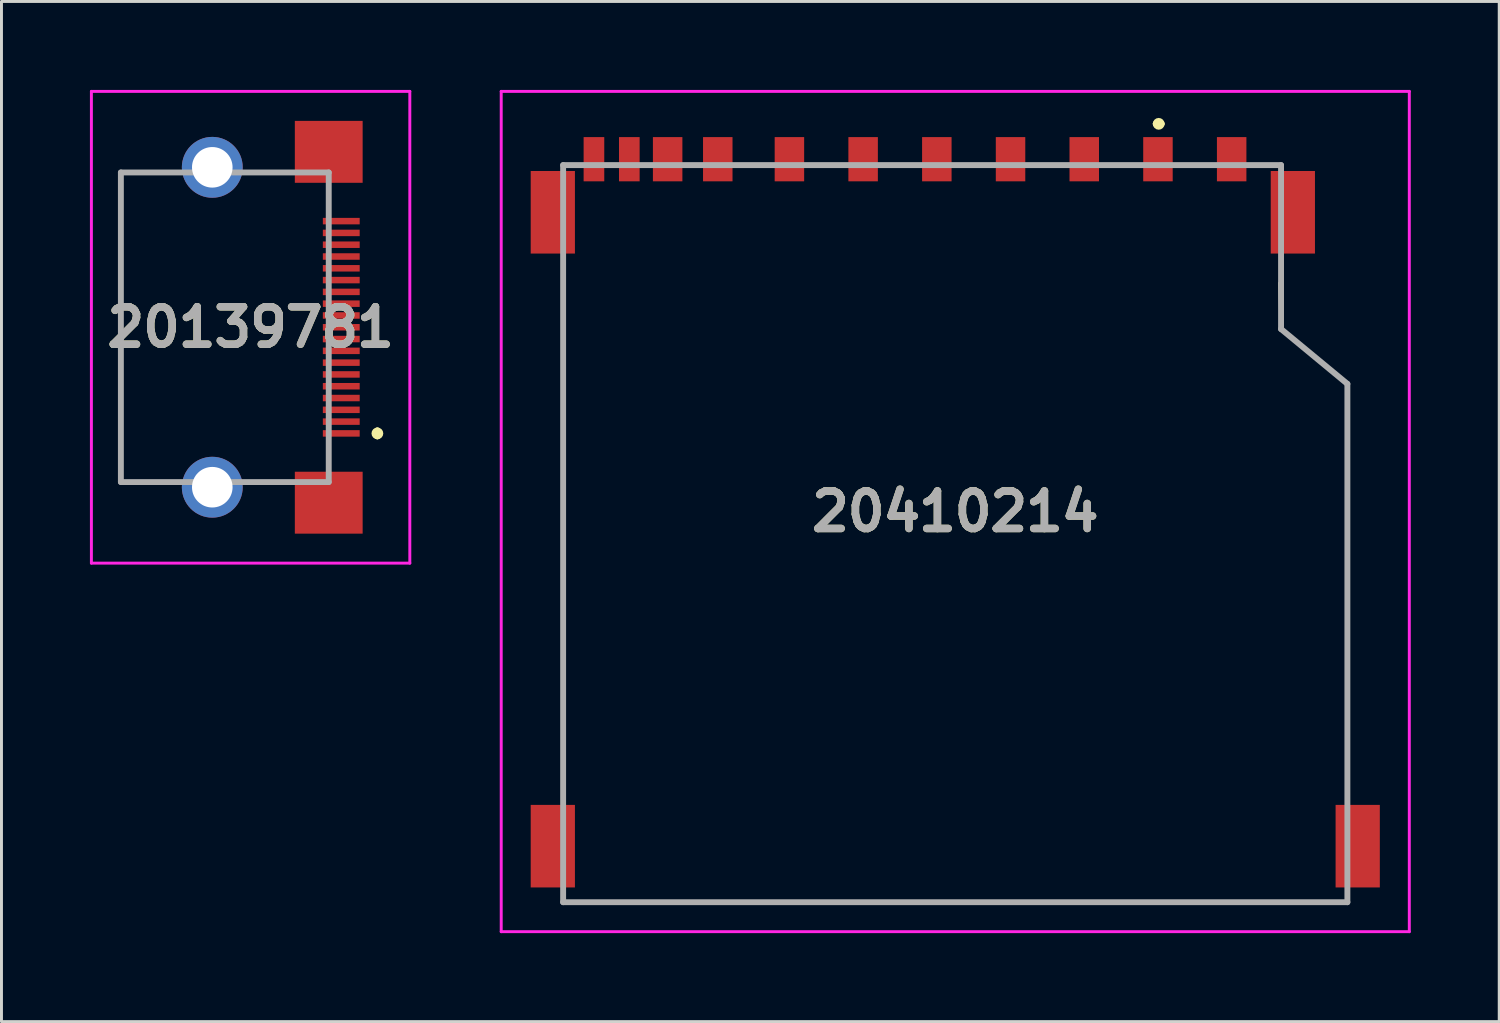
<source format=kicad_pcb>
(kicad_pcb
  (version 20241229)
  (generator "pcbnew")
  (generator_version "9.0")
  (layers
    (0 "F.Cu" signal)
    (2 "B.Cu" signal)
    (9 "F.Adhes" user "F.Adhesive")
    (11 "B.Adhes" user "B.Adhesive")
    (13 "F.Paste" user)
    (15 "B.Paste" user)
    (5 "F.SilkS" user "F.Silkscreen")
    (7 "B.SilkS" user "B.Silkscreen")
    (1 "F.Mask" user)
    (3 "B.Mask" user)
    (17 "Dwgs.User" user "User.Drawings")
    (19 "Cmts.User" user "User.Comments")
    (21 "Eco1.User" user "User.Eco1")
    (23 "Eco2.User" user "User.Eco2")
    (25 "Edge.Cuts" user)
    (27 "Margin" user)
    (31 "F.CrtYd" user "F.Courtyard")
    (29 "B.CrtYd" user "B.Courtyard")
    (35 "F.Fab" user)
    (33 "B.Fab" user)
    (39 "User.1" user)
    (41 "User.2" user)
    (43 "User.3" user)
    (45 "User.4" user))
  (footprint "20410214"
    (layer "F.Cu")
    (at 43 27.025)
    (property "Reference" "20410214" (at -13.65 -12.725 0) (layer "F.SilkS") (effects (font (size 1.27 1.27) (thickness 0.254))))
    (attr through_hole)
    (fp_line (start -26.95 -20.475) (end -26.95 -3.475) (stroke (width 0.1) (type solid)) (layer "F.SilkS"))
    (fp_line (start -26.95 0.525) (end -0.35 0.525) (stroke (width 0.1) (type solid)) (layer "F.SilkS"))
    (fp_line (start -6.85 -25.875) (end -6.85 -25.875) (stroke (width 0.2) (type solid)) (layer "F.SilkS"))
    (fp_line (start -6.65 -25.875) (end -6.65 -25.875) (stroke (width 0.2) (type solid)) (layer "F.SilkS"))
    (fp_line (start -2.6 -18.915) (end -2.65 -20.475) (stroke (width 0.1) (type solid)) (layer "F.SilkS"))
    (fp_line (start -0.35 -17.055) (end -2.6 -18.915) (stroke (width 0.1) (type solid)) (layer "F.SilkS"))
    (fp_line (start -0.35 -3.475) (end -0.35 -17.055) (stroke (width 0.1) (type solid)) (layer "F.SilkS"))
    (fp_arc (start -6.85 -25.875) (mid -6.75 -25.975) (end -6.65 -25.875) (stroke (width 0.2) (type solid)) (layer "F.SilkS"))
    (fp_arc (start -6.65 -25.875) (mid -6.75 -25.775) (end -6.85 -25.875) (stroke (width 0.2) (type solid)) (layer "F.SilkS"))
    (fp_line (start -29.05 -26.975) (end 1.75 -26.975) (stroke (width 0.1) (type solid)) (layer "F.CrtYd"))
    (fp_line (start -29.05 1.525) (end -29.05 -26.975) (stroke (width 0.1) (type solid)) (layer "F.CrtYd"))
    (fp_line (start 1.75 -26.975) (end 1.75 1.525) (stroke (width 0.1) (type solid)) (layer "F.CrtYd"))
    (fp_line (start 1.75 1.525) (end -29.05 1.525) (stroke (width 0.1) (type solid)) (layer "F.CrtYd"))
    (fp_line (start -26.95 -24.475) (end -2.6 -24.475) (stroke (width 0.2) (type solid)) (layer "F.Fab"))
    (fp_line (start -26.95 0.525) (end -26.95 -24.475) (stroke (width 0.2) (type solid)) (layer "F.Fab"))
    (fp_line (start -2.6 -24.475) (end -2.6 -18.915) (stroke (width 0.2) (type solid)) (layer "F.Fab"))
    (fp_line (start -2.6 -18.915) (end -0.35 -17.055) (stroke (width 0.2) (type solid)) (layer "F.Fab"))
    (fp_line (start -0.35 -17.055) (end -0.35 0.525) (stroke (width 0.2) (type solid)) (layer "F.Fab"))
    (fp_line (start -0.35 0.525) (end -26.95 0.525) (stroke (width 0.2) (type solid)) (layer "F.Fab"))
    (fp_text user "${REFERENCE}" (at -13.65 -12.725 0) (layer "F.Fab") (effects (font (size 1.27 1.27) (thickness 0.254))))
    (pad "" np_thru_hole circle (at -25.15 -21.875) (size 0.001 0.001) (drill 1.1) (layers "*.Cu" "*.Mask"))
    (pad "" np_thru_hole circle (at -4.15 -21.875) (size 0.001 0.001) (drill 1.6) (layers "*.Cu" "*.Mask"))
    (pad "1" smd rect (at -6.775 -24.675) (size 1 1.5) (layers "F.Cu" "F.Mask" "F.Paste"))
    (pad "2" smd rect (at -9.275 -24.675) (size 1 1.5) (layers "F.Cu" "F.Mask" "F.Paste"))
    (pad "3" smd rect (at -11.775 -24.675) (size 1 1.5) (layers "F.Cu" "F.Mask" "F.Paste"))
    (pad "4" smd rect (at -14.275 -24.675) (size 1 1.5) (layers "F.Cu" "F.Mask" "F.Paste"))
    (pad "5" smd rect (at -16.775 -24.675) (size 1 1.5) (layers "F.Cu" "F.Mask" "F.Paste"))
    (pad "6" smd rect (at -19.275 -24.675) (size 1 1.5) (layers "F.Cu" "F.Mask" "F.Paste"))
    (pad "7" smd rect (at -21.705 -24.675) (size 1 1.5) (layers "F.Cu" "F.Mask" "F.Paste"))
    (pad "8" smd rect (at -23.405 -24.675) (size 1 1.5) (layers "F.Cu" "F.Mask" "F.Paste"))
    (pad "9" smd rect (at -4.275 -24.675) (size 1 1.5) (layers "F.Cu" "F.Mask" "F.Paste"))
    (pad "10" smd rect (at -24.705 -24.675) (size 0.7 1.5) (layers "F.Cu" "F.Mask" "F.Paste"))
    (pad "11" smd rect (at -25.905 -24.675) (size 0.7 1.5) (layers "F.Cu" "F.Mask" "F.Paste"))
    (pad "12" smd rect (at -27.3 -22.875) (size 1.5 2.8) (layers "F.Cu" "F.Mask" "F.Paste"))
    (pad "13" smd rect (at -27.3 -1.375) (size 1.5 2.8) (layers "F.Cu" "F.Mask" "F.Paste"))
    (pad "14" smd rect (at 0 -1.375) (size 1.5 2.8) (layers "F.Cu" "F.Mask" "F.Paste"))
    (pad "15" smd rect (at -2.2 -22.875) (size 1.5 2.8) (layers "F.Cu" "F.Mask" "F.Paste")))
  (footprint "20139781"
    (layer "F.Cu")
    (at 5.45 8.05)
    (property "Reference" "20139781" (at 0 0 0) (layer "F.SilkS") (effects (font (size 1.27 1.27) (thickness 0.254))))
    (attr through_hole)
    (fp_line (start -4.4 -5.25) (end -4.4 5.25) (stroke (width 0.1) (type solid)) (layer "F.SilkS"))
    (fp_line (start -4.4 5.25) (end -2.8 5.25) (stroke (width 0.1) (type solid)) (layer "F.SilkS"))
    (fp_line (start -2.8 -5.25) (end -4.4 -5.25) (stroke (width 0.1) (type solid)) (layer "F.SilkS"))
    (fp_line (start 0.2 -5.25) (end 1.2 -5.25) (stroke (width 0.1) (type solid)) (layer "F.SilkS"))
    (fp_line (start 0.2 5.25) (end 1.2 5.25) (stroke (width 0.1) (type solid)) (layer "F.SilkS"))
    (fp_line (start 2.65 -4) (end 2.65 -4.5) (stroke (width 0.1) (type solid)) (layer "F.SilkS"))
    (fp_line (start 2.65 4.5) (end 2.65 4) (stroke (width 0.1) (type solid)) (layer "F.SilkS"))
    (fp_line (start 4.3 3.5) (end 4.3 3.5) (stroke (width 0.2) (type solid)) (layer "F.SilkS"))
    (fp_line (start 4.3 3.7) (end 4.3 3.7) (stroke (width 0.2) (type solid)) (layer "F.SilkS"))
    (fp_arc (start 4.3 3.5) (mid 4.4 3.6) (end 4.3 3.7) (stroke (width 0.2) (type solid)) (layer "F.SilkS"))
    (fp_arc (start 4.3 3.7) (mid 4.2 3.6) (end 4.3 3.5) (stroke (width 0.2) (type solid)) (layer "F.SilkS"))
    (fp_line (start -5.4 -8) (end 5.4 -8) (stroke (width 0.1) (type solid)) (layer "F.CrtYd"))
    (fp_line (start -5.4 8) (end -5.4 -8) (stroke (width 0.1) (type solid)) (layer "F.CrtYd"))
    (fp_line (start 5.4 -8) (end 5.4 8) (stroke (width 0.1) (type solid)) (layer "F.CrtYd"))
    (fp_line (start 5.4 8) (end -5.4 8) (stroke (width 0.1) (type solid)) (layer "F.CrtYd"))
    (fp_line (start -4.4 -5.25) (end -4.4 5.25) (stroke (width 0.2) (type solid)) (layer "F.Fab"))
    (fp_line (start -4.4 5.25) (end 2.65 5.25) (stroke (width 0.2) (type solid)) (layer "F.Fab"))
    (fp_line (start 2.65 -5.25) (end -4.4 -5.25) (stroke (width 0.2) (type solid)) (layer "F.Fab"))
    (fp_line (start 2.65 5.25) (end 2.65 -5.25) (stroke (width 0.2) (type solid)) (layer "F.Fab"))
    (fp_text user "${REFERENCE}" (at 0 0 0) (layer "F.Fab") (effects (font (size 1.27 1.27) (thickness 0.254))))
    (pad "1" smd rect (at 3.075 3.6 90) (size 0.22 1.25) (layers "F.Cu" "F.Mask" "F.Paste"))
    (pad "2" smd rect (at 3.075 3.2 90) (size 0.22 1.25) (layers "F.Cu" "F.Mask" "F.Paste"))
    (pad "3" smd rect (at 3.075 2.8 90) (size 0.22 1.25) (layers "F.Cu" "F.Mask" "F.Paste"))
    (pad "4" smd rect (at 3.075 2.4 90) (size 0.22 1.25) (layers "F.Cu" "F.Mask" "F.Paste"))
    (pad "5" smd rect (at 3.075 2 90) (size 0.22 1.25) (layers "F.Cu" "F.Mask" "F.Paste"))
    (pad "6" smd rect (at 3.075 1.6 90) (size 0.22 1.25) (layers "F.Cu" "F.Mask" "F.Paste"))
    (pad "7" smd rect (at 3.075 1.2 90) (size 0.22 1.25) (layers "F.Cu" "F.Mask" "F.Paste"))
    (pad "8" smd rect (at 3.075 0.8 90) (size 0.22 1.25) (layers "F.Cu" "F.Mask" "F.Paste"))
    (pad "9" smd rect (at 3.075 0.4 90) (size 0.22 1.25) (layers "F.Cu" "F.Mask" "F.Paste"))
    (pad "10" smd rect (at 3.075 0 90) (size 0.22 1.25) (layers "F.Cu" "F.Mask" "F.Paste"))
    (pad "11" smd rect (at 3.075 -0.4 90) (size 0.22 1.25) (layers "F.Cu" "F.Mask" "F.Paste"))
    (pad "12" smd rect (at 3.075 -0.8 90) (size 0.22 1.25) (layers "F.Cu" "F.Mask" "F.Paste"))
    (pad "13" smd rect (at 3.075 -1.2 90) (size 0.22 1.25) (layers "F.Cu" "F.Mask" "F.Paste"))
    (pad "14" smd rect (at 3.075 -1.6 90) (size 0.22 1.25) (layers "F.Cu" "F.Mask" "F.Paste"))
    (pad "15" smd rect (at 3.075 -2 90) (size 0.22 1.25) (layers "F.Cu" "F.Mask" "F.Paste"))
    (pad "16" smd rect (at 3.075 -2.4 90) (size 0.22 1.25) (layers "F.Cu" "F.Mask" "F.Paste"))
    (pad "17" smd rect (at 3.075 -2.8 90) (size 0.22 1.25) (layers "F.Cu" "F.Mask" "F.Paste"))
    (pad "18" smd rect (at 3.075 -3.2 90) (size 0.22 1.25) (layers "F.Cu" "F.Mask" "F.Paste"))
    (pad "19" smd rect (at 3.075 -3.6 90) (size 0.22 1.25) (layers "F.Cu" "F.Mask" "F.Paste"))
    (pad "20" smd rect (at 2.65 -5.95 90) (size 2.1 2.3) (layers "F.Cu" "F.Mask" "F.Paste"))
    (pad "21" smd rect (at 2.65 5.95 90) (size 2.1 2.3) (layers "F.Cu" "F.Mask" "F.Paste"))
    (pad "22" thru_hole circle (at -1.3 -5.425) (size 2.064 2.064) (drill 1.376) (layers "*.Cu" "*.Mask"))
    (pad "23" thru_hole circle (at -1.3 5.425) (size 2.064 2.064) (drill 1.376) (layers "*.Cu" "*.Mask")))
  (gr_rect
    (start -3 -3)
    (end 47.8 31.6)
    (stroke (width 0.1) (type default))
    (fill no)
    (layer "Edge.Cuts")))
</source>
